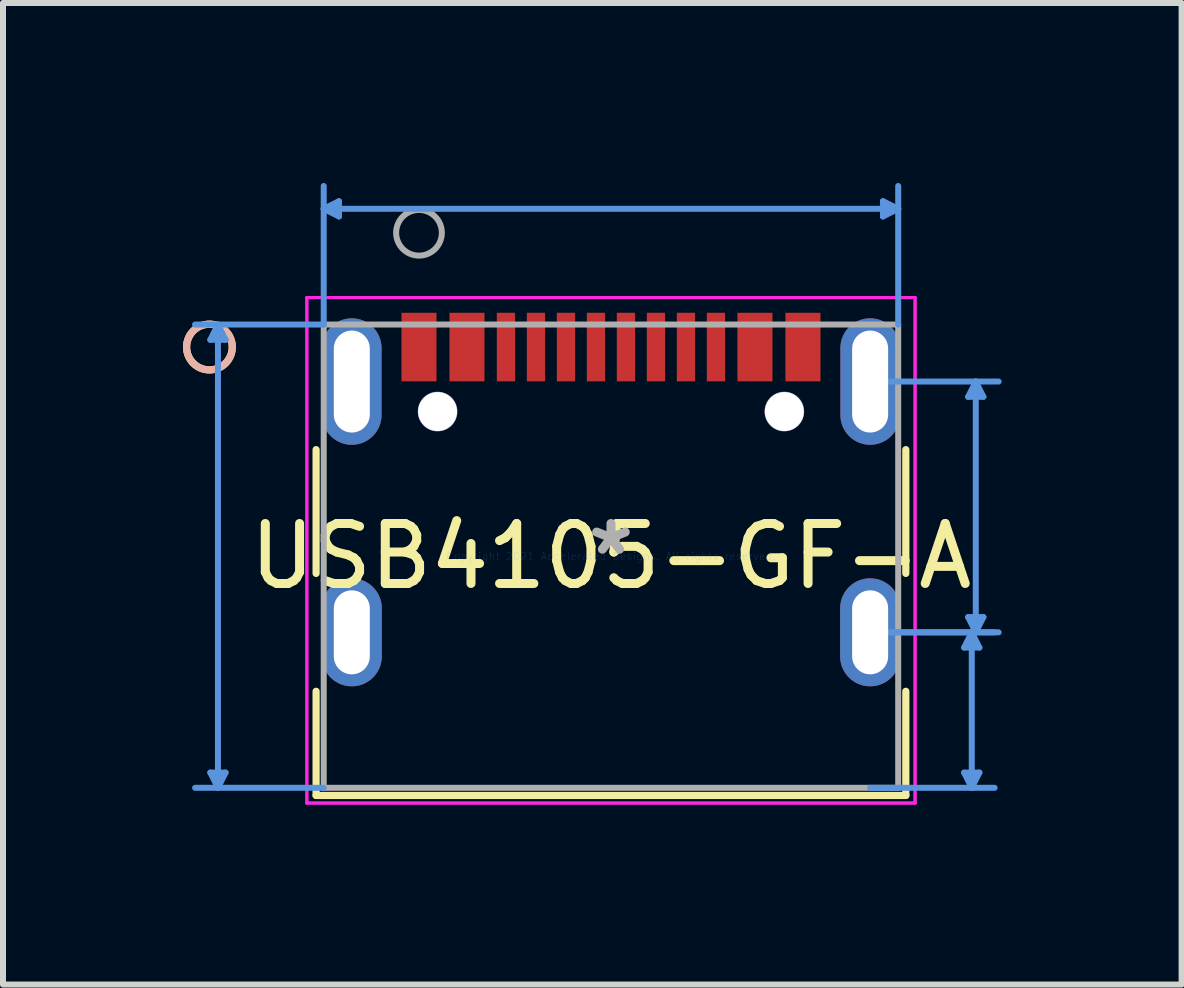
<source format=kicad_pcb>
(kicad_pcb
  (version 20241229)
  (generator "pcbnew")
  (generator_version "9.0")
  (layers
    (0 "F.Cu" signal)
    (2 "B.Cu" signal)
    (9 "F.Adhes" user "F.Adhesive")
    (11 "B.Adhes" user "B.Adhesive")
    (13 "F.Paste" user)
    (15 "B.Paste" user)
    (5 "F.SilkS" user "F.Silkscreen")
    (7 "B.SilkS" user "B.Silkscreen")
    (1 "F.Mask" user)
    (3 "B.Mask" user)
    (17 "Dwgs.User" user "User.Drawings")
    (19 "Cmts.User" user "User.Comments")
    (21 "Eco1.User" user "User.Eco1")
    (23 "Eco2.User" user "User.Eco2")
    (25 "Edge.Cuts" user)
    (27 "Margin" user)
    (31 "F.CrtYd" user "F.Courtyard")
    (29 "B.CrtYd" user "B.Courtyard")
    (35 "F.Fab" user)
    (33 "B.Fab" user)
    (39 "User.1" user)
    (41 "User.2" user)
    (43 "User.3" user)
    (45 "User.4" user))
  (footprint "USB4105-GF-A"
    (layer "F.Cu")
    (at 7.134 6.221)
    (property "Reference" "USB4105-GF-A" (at 0 0 0) (layer "F.SilkS") (effects (font (size 1 1) (thickness 0.15))))
    (attr through_hole)
    (fp_line (start -4.915 -1.776) (end -4.915 0.287) (stroke (width 0.12) (type solid)) (layer "F.SilkS"))
    (fp_line (start -4.915 2.252) (end -4.915 3.988) (stroke (width 0.12) (type solid)) (layer "F.SilkS"))
    (fp_line (start -4.915 3.988) (end 4.915 3.988) (stroke (width 0.12) (type solid)) (layer "F.SilkS"))
    (fp_line (start 4.915 0.287) (end 4.915 -1.776) (stroke (width 0.12) (type solid)) (layer "F.SilkS"))
    (fp_line (start 4.915 3.988) (end 4.915 2.252) (stroke (width 0.12) (type solid)) (layer "F.SilkS"))
    (fp_circle (center -6.693 -3.486) (end -6.312 -3.486) (stroke (width 0.12) (type solid)) (fill no) (layer "F.SilkS"))
    (fp_circle (center -6.693 -3.486) (end -6.312 -3.486) (stroke (width 0.12) (type solid)) (fill no) (layer "B.SilkS"))
    (fp_line (start -6.678 3.607) (end -6.551 3.861) (stroke (width 0.1) (type solid)) (layer "Cmts.User"))
    (fp_line (start -6.678 -3.607) (end -6.551 -3.861) (stroke (width 0.1) (type solid)) (layer "Cmts.User"))
    (fp_line (start -6.678 -3.607) (end -6.424 -3.607) (stroke (width 0.1) (type solid)) (layer "Cmts.User"))
    (fp_line (start -6.551 -3.861) (end -6.551 3.861) (stroke (width 0.1) (type solid)) (layer "Cmts.User"))
    (fp_line (start -6.424 3.607) (end -6.678 3.607) (stroke (width 0.1) (type solid)) (layer "Cmts.User"))
    (fp_line (start -6.424 3.607) (end -6.551 3.861) (stroke (width 0.1) (type solid)) (layer "Cmts.User"))
    (fp_line (start -6.424 -3.607) (end -6.551 -3.861) (stroke (width 0.1) (type solid)) (layer "Cmts.User"))
    (fp_line (start -4.788 -5.79) (end 4.788 -5.79) (stroke (width 0.1) (type solid)) (layer "Cmts.User"))
    (fp_line (start -4.788 -3.861) (end -6.932 -3.861) (stroke (width 0.1) (type solid)) (layer "Cmts.User"))
    (fp_line (start -4.788 -3.861) (end -4.788 -6.171) (stroke (width 0.1) (type solid)) (layer "Cmts.User"))
    (fp_line (start -4.788 3.861) (end -6.932 3.861) (stroke (width 0.1) (type solid)) (layer "Cmts.User"))
    (fp_line (start -4.534 -5.663) (end -4.788 -5.79) (stroke (width 0.1) (type solid)) (layer "Cmts.User"))
    (fp_line (start -4.534 -5.663) (end -4.534 -5.917) (stroke (width 0.1) (type solid)) (layer "Cmts.User"))
    (fp_line (start -4.534 -5.917) (end -4.788 -5.79) (stroke (width 0.1) (type solid)) (layer "Cmts.User"))
    (fp_line (start 4.32 -2.911) (end 6.462 -2.911) (stroke (width 0.1) (type solid)) (layer "Cmts.User"))
    (fp_line (start 4.32 1.269) (end 6.462 1.269) (stroke (width 0.1) (type solid)) (layer "Cmts.User"))
    (fp_line (start 4.32 1.269) (end 6.395 1.269) (stroke (width 0.1) (type solid)) (layer "Cmts.User"))
    (fp_line (start 4.32 3.861) (end 6.395 3.861) (stroke (width 0.1) (type solid)) (layer "Cmts.User"))
    (fp_line (start 4.534 -5.663) (end 4.788 -5.79) (stroke (width 0.1) (type solid)) (layer "Cmts.User"))
    (fp_line (start 4.534 -5.917) (end 4.534 -5.663) (stroke (width 0.1) (type solid)) (layer "Cmts.User"))
    (fp_line (start 4.534 -5.917) (end 4.788 -5.79) (stroke (width 0.1) (type solid)) (layer "Cmts.User"))
    (fp_line (start 4.788 -3.861) (end 4.788 -6.171) (stroke (width 0.1) (type solid)) (layer "Cmts.User"))
    (fp_line (start 5.887 3.607) (end 6.014 3.861) (stroke (width 0.1) (type solid)) (layer "Cmts.User"))
    (fp_line (start 5.887 1.523) (end 6.014 1.269) (stroke (width 0.1) (type solid)) (layer "Cmts.User"))
    (fp_line (start 5.887 1.523) (end 6.141 1.523) (stroke (width 0.1) (type solid)) (layer "Cmts.User"))
    (fp_line (start 5.954 1.015) (end 6.081 1.269) (stroke (width 0.1) (type solid)) (layer "Cmts.User"))
    (fp_line (start 5.954 -2.657) (end 6.081 -2.911) (stroke (width 0.1) (type solid)) (layer "Cmts.User"))
    (fp_line (start 5.954 -2.657) (end 6.208 -2.657) (stroke (width 0.1) (type solid)) (layer "Cmts.User"))
    (fp_line (start 6.014 1.269) (end 6.014 3.861) (stroke (width 0.1) (type solid)) (layer "Cmts.User"))
    (fp_line (start 6.081 -2.911) (end 6.081 1.269) (stroke (width 0.1) (type solid)) (layer "Cmts.User"))
    (fp_line (start 6.141 3.607) (end 5.887 3.607) (stroke (width 0.1) (type solid)) (layer "Cmts.User"))
    (fp_line (start 6.141 3.607) (end 6.014 3.861) (stroke (width 0.1) (type solid)) (layer "Cmts.User"))
    (fp_line (start 6.141 1.523) (end 6.014 1.269) (stroke (width 0.1) (type solid)) (layer "Cmts.User"))
    (fp_line (start 6.208 1.015) (end 5.954 1.015) (stroke (width 0.1) (type solid)) (layer "Cmts.User"))
    (fp_line (start 6.208 1.015) (end 6.081 1.269) (stroke (width 0.1) (type solid)) (layer "Cmts.User"))
    (fp_line (start 6.208 -2.657) (end 6.081 -2.911) (stroke (width 0.1) (type solid)) (layer "Cmts.User"))
    (fp_line (start -5.069 -4.311) (end -5.069 4.115) (stroke (width 0.05) (type solid)) (layer "F.CrtYd"))
    (fp_line (start -5.069 -4.311) (end -5.069 4.115) (stroke (width 0.05) (type solid)) (layer "F.CrtYd"))
    (fp_line (start -5.069 4.115) (end 5.069 4.115) (stroke (width 0.05) (type solid)) (layer "F.CrtYd"))
    (fp_line (start -5.069 4.115) (end 5.069 4.115) (stroke (width 0.05) (type solid)) (layer "F.CrtYd"))
    (fp_line (start 5.069 -4.311) (end -5.069 -4.311) (stroke (width 0.05) (type solid)) (layer "F.CrtYd"))
    (fp_line (start 5.069 -4.311) (end -5.069 -4.311) (stroke (width 0.05) (type solid)) (layer "F.CrtYd"))
    (fp_line (start 5.069 4.115) (end 5.069 -4.311) (stroke (width 0.05) (type solid)) (layer "F.CrtYd"))
    (fp_line (start 5.069 4.115) (end 5.069 -4.311) (stroke (width 0.05) (type solid)) (layer "F.CrtYd"))
    (fp_line (start -4.788 -3.861) (end -4.788 3.861) (stroke (width 0.1) (type solid)) (layer "F.Fab"))
    (fp_line (start -4.788 3.861) (end 4.788 3.861) (stroke (width 0.1) (type solid)) (layer "F.Fab"))
    (fp_line (start 4.788 -3.861) (end -4.788 -3.861) (stroke (width 0.1) (type solid)) (layer "F.Fab"))
    (fp_line (start 4.788 3.861) (end 4.788 -3.861) (stroke (width 0.1) (type solid)) (layer "F.Fab"))
    (fp_circle (center -3.2 -5.391) (end -2.819 -5.391) (stroke (width 0.1) (type solid)) (fill no) (layer "F.Fab"))
    (fp_text user "Copyright 2021 Accelerated Designs. All rights reserved." (at 0 0 0) (layer "Cmts.User") (effects (font (size 0.127 0.127) (thickness 0.002))))
    (fp_text user "*" (at 0 0 0) (layer "F.Fab") (effects (font (size 1 1) (thickness 0.15))))
    (pad "" np_thru_hole circle (at -2.89 -2.411 90) (size 0.66 0.66) (drill 0.65) (layers "*.Cu" "*.Mask"))
    (pad "" np_thru_hole circle (at 2.89 -2.411) (size 0.66 0.66) (drill 0.65) (layers "*.Cu" "*.Mask"))
    (pad "A1" smd rect (at -3.2 -3.486) (size 0.584 1.143) (layers "F.Cu" "F.Mask" "F.Paste"))
    (pad "A4" smd rect (at -2.4 -3.486) (size 0.584 1.143) (layers "F.Cu" "F.Mask" "F.Paste"))
    (pad "A5" smd rect (at -1.25 -3.486) (size 0.305 1.143) (layers "F.Cu" "F.Mask" "F.Paste"))
    (pad "A6" smd rect (at -0.25 -3.486) (size 0.305 1.143) (layers "F.Cu" "F.Mask" "F.Paste"))
    (pad "A7" smd rect (at 0.25 -3.486) (size 0.305 1.143) (layers "F.Cu" "F.Mask" "F.Paste"))
    (pad "A8" smd rect (at 1.25 -3.486) (size 0.305 1.143) (layers "F.Cu" "F.Mask" "F.Paste"))
    (pad "B1-A12" smd rect (at 3.2 -3.486) (size 0.584 1.143) (layers "F.Cu" "F.Mask" "F.Paste"))
    (pad "B4-A9" smd rect (at 2.4 -3.486) (size 0.584 1.143) (layers "F.Cu" "F.Mask" "F.Paste"))
    (pad "B5" smd rect (at 1.75 -3.486) (size 0.305 1.143) (layers "F.Cu" "F.Mask" "F.Paste"))
    (pad "B6" smd rect (at 0.75 -3.486) (size 0.305 1.143) (layers "F.Cu" "F.Mask" "F.Paste"))
    (pad "B7" smd rect (at -0.75 -3.486) (size 0.305 1.143) (layers "F.Cu" "F.Mask" "F.Paste"))
    (pad "B8" smd rect (at -1.75 -3.486) (size 0.305 1.143) (layers "F.Cu" "F.Mask" "F.Paste"))
    (pad "S1" thru_hole oval (at -4.32 -2.911) (size 0.991 2.108) (drill oval 0.6 1.7) (layers "*.Cu" "*.Mask"))
    (pad "S1" thru_hole oval (at -4.32 1.269) (size 1 1.8) (drill oval 0.6 1.4) (layers "*.Cu" "*.Mask"))
    (pad "S1" thru_hole oval (at 4.32 -2.911) (size 0.991 2.108) (drill oval 0.6 1.7) (layers "*.Cu" "*.Mask"))
    (pad "S1" thru_hole oval (at 4.32 1.269) (size 1 1.8) (drill oval 0.6 1.4) (layers "*.Cu" "*.Mask")))
  (gr_rect
    (start -3 -3)
    (end 16.646 13.361)
    (stroke (width 0.1) (type default))
    (fill no)
    (layer "Edge.Cuts")))
</source>
